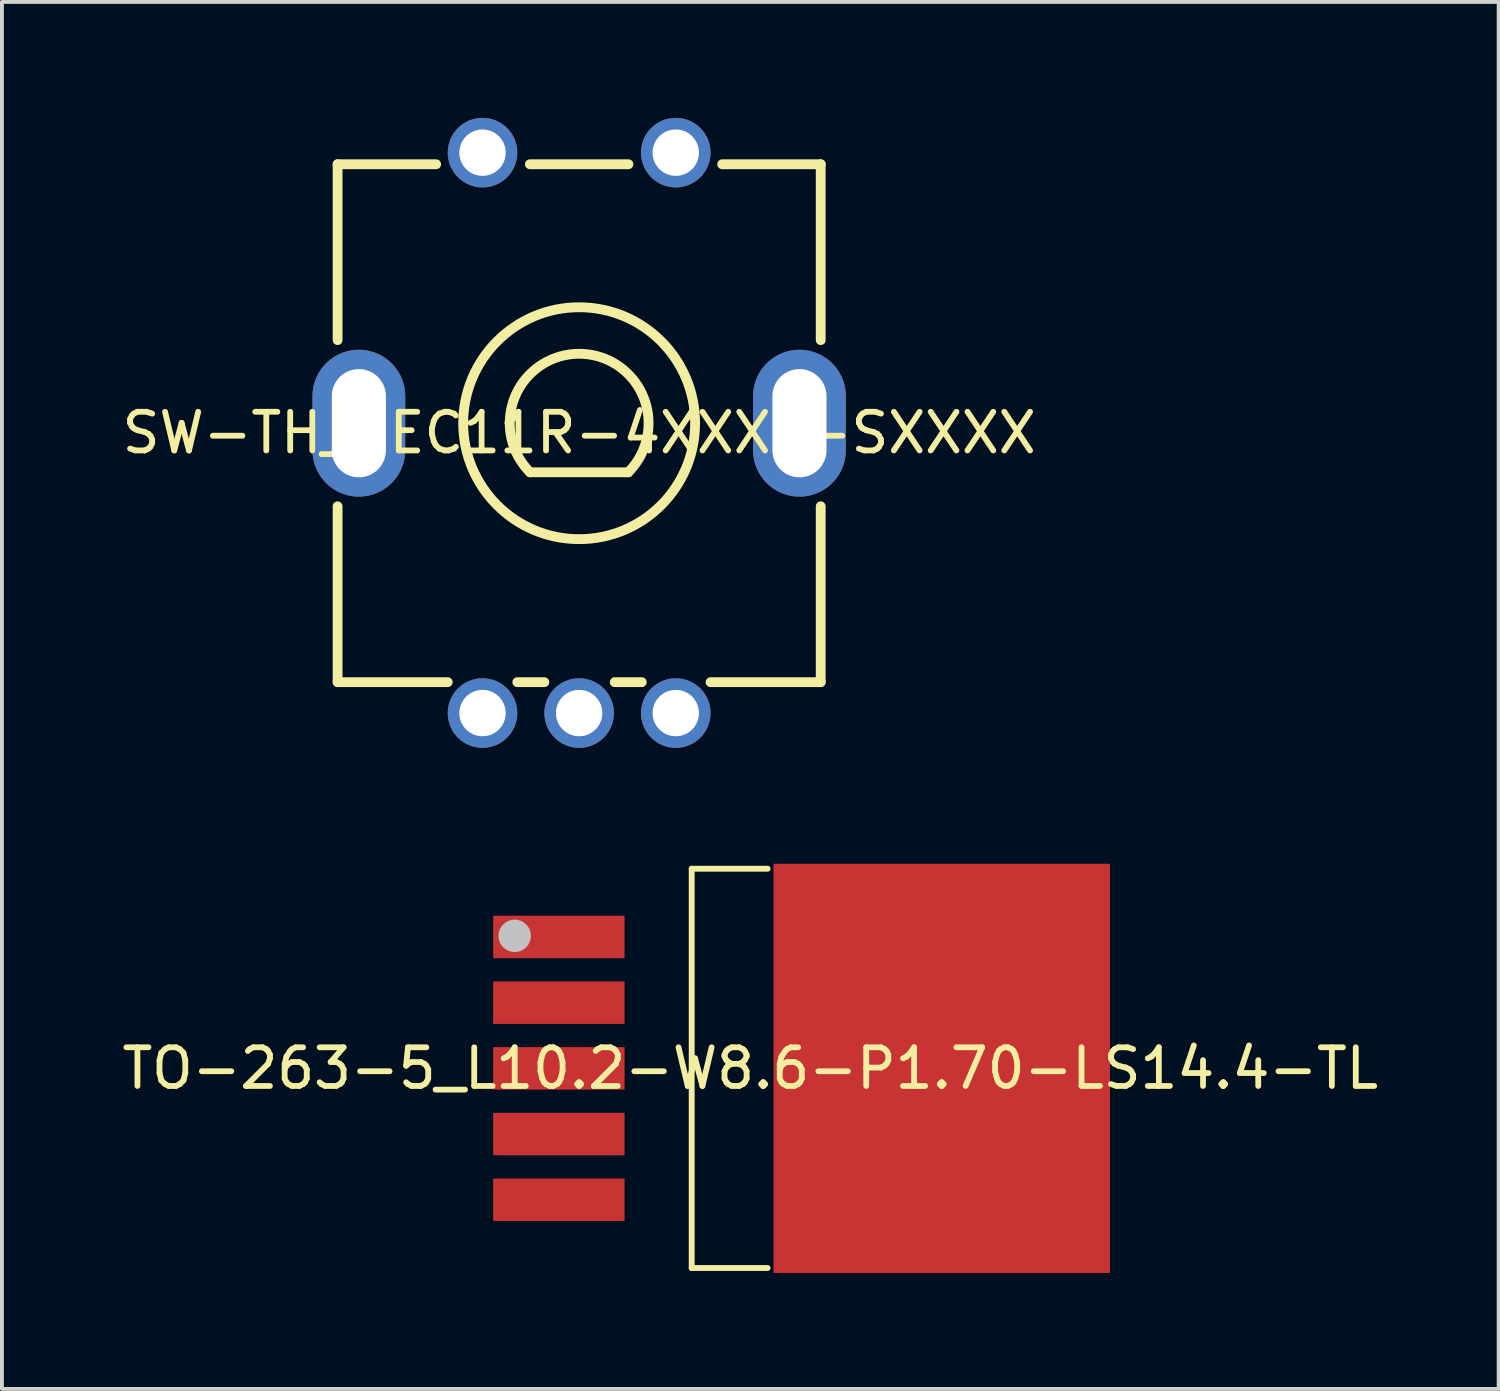
<source format=kicad_pcb>
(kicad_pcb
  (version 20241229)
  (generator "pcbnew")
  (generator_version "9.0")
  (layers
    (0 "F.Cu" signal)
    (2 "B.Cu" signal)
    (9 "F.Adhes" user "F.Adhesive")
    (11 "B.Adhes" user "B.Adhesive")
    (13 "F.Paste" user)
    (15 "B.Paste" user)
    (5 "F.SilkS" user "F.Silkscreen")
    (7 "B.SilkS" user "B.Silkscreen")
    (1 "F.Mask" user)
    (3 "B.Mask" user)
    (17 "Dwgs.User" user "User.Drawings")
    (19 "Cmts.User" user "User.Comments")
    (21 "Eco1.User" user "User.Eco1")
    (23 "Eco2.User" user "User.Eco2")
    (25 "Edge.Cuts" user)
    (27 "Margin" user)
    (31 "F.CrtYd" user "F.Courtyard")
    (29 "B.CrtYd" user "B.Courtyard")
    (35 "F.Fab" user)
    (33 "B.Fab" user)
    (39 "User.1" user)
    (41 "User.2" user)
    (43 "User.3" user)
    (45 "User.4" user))
  (footprint "TO-263-5_L10.2-W8.6-P1.70-LS14.4-TL"
    (layer "F.Cu")
    (at 16.363 24.593)
    (property "Reference" "TO-263-5_L10.2-W8.6-P1.70-LS14.4-TL" (at 0 0 0) (layer "F.SilkS") (effects (font (size 1 1) (thickness 0.15))))
    (fp_line (start -1.516 -5.166) (end -1.516 5.166) (stroke (width 0.152) (type default)) (layer "F.SilkS"))
    (fp_line (start 0.448 -5.166) (end -1.516 -5.166) (stroke (width 0.152) (type default)) (layer "F.SilkS"))
    (fp_line (start 0.448 5.166) (end -1.516 5.166) (stroke (width 0.152) (type default)) (layer "F.SilkS"))
    (fp_circle (center -6.096 -3.429) (end -5.886 -3.429) (stroke (width 0.42) (type default)) (fill no) (layer "Dwgs.User"))
    (fp_poly (pts (xy -6.096 -2.995) (xy -6.096 -3.805) (xy -4.056 -3.805) (xy -4.056 -2.995)) (stroke (width 0.1) (type default)) (fill no) (layer "User.1"))
    (fp_poly (pts (xy -6.096 -1.295) (xy -6.096 -2.105) (xy -4.056 -2.105) (xy -4.056 -1.295)) (stroke (width 0.1) (type default)) (fill no) (layer "User.1"))
    (fp_poly (pts (xy -6.096 0.405) (xy -6.096 -0.405) (xy -4.056 -0.405) (xy -4.056 0.405)) (stroke (width 0.1) (type default)) (fill no) (layer "User.1"))
    (fp_poly (pts (xy -6.096 2.105) (xy -6.096 1.295) (xy -4.056 1.295) (xy -4.056 2.105)) (stroke (width 0.1) (type default)) (fill no) (layer "User.1"))
    (fp_poly (pts (xy -6.096 3.81) (xy -6.096 3) (xy -4.056 3) (xy -4.056 3.81)) (stroke (width 0.1) (type default)) (fill no) (layer "User.1"))
    (fp_poly (pts (xy -4.096 -2.99) (xy -4.096 -3.79) (xy -1.396 -3.79) (xy -1.396 -2.99)) (stroke (width 0.1) (type default)) (fill no) (layer "User.1"))
    (fp_poly (pts (xy -4.096 -1.29) (xy -4.096 -2.09) (xy -1.396 -2.09) (xy -1.396 -1.29)) (stroke (width 0.1) (type default)) (fill no) (layer "User.1"))
    (fp_poly (pts (xy -4.096 0.41) (xy -4.096 -0.39) (xy -1.396 -0.39) (xy -1.396 0.41)) (stroke (width 0.1) (type default)) (fill no) (layer "User.1"))
    (fp_poly (pts (xy -4.096 2.11) (xy -4.096 1.31) (xy -1.396 1.31) (xy -1.396 2.11)) (stroke (width 0.1) (type default)) (fill no) (layer "User.1"))
    (fp_poly (pts (xy -4.096 3.81) (xy -4.096 3.01) (xy -1.396 3.01) (xy -1.396 3.81)) (stroke (width 0.1) (type default)) (fill no) (layer "User.1"))
    (fp_poly (pts (xy 0.601 5.09) (xy 0.601 -5.09) (xy 7.553 -5.09) (xy 8.57 -4.072) (xy 8.57 4.072) (xy 7.553 5.09)) (stroke (width 0.1) (type default)) (fill no) (layer "User.1"))
    (fp_line (start -1.44 -5.09) (end 7.301 -5.09) (stroke (width 0.051) (type default)) (layer "User.2"))
    (fp_line (start -1.44 5.09) (end -1.44 -5.09) (stroke (width 0.051) (type default)) (layer "User.2"))
    (fp_line (start 7.301 -5.09) (end 7.301 5.09) (stroke (width 0.051) (type default)) (layer "User.2"))
    (fp_line (start 7.301 5.09) (end -1.44 5.09) (stroke (width 0.051) (type default)) (layer "User.2"))
    (fp_poly (pts (xy -6.036 -5.09) (xy -6.054 -5.132) (xy -6.096 -5.15) (xy -6.138 -5.132) (xy -6.156 -5.09) (xy -6.138 -5.048) (xy -6.096 -5.03) (xy -6.054 -5.048)) (stroke (width 0.1) (type default)) (fill no) (layer "User.3"))
    (pad "1" smd rect (at -4.953 -3.4) (size 3.4 1.1) (layers "F.Cu" "F.Mask" "F.Paste"))
    (pad "2" smd rect (at -4.953 -1.7) (size 3.4 1.1) (layers "F.Cu" "F.Mask" "F.Paste"))
    (pad "3" smd rect (at -4.953 0) (size 3.4 1.1) (layers "F.Cu" "F.Mask" "F.Paste"))
    (pad "4" smd rect (at -4.953 1.7) (size 3.4 1.1) (layers "F.Cu" "F.Mask" "F.Paste"))
    (pad "5" smd rect (at -4.953 3.4) (size 3.4 1.1) (layers "F.Cu" "F.Mask" "F.Paste"))
    (pad "6" smd rect (at 4.953 0) (size 8.705 10.587) (layers "F.Cu" "F.Mask" "F.Paste")))
  (footprint "SW-TH_PEC11R-4XXXF-SXXXX"
    (layer "F.Cu")
    (at 11.935 8.15)
    (property "Reference" "SW-TH_PEC11R-4XXXF-SXXXX" (at 0 0 0) (layer "F.SilkS") (effects (font (size 1 1) (thickness 0.15))))
    (fp_line (start -6.25 -6.95) (end -3.7 -6.95) (stroke (width 0.254) (type default)) (layer "F.SilkS"))
    (fp_line (start -6.25 -2.4) (end -6.25 -6.95) (stroke (width 0.254) (type default)) (layer "F.SilkS"))
    (fp_line (start -6.25 6.45) (end -6.25 1.9) (stroke (width 0.254) (type default)) (layer "F.SilkS"))
    (fp_line (start -6.25 6.45) (end -3.4 6.45) (stroke (width 0.254) (type default)) (layer "F.SilkS"))
    (fp_line (start -1.6 6.45) (end -0.9 6.45) (stroke (width 0.254) (type default)) (layer "F.SilkS"))
    (fp_line (start -1.275 -6.95) (end 1.275 -6.95) (stroke (width 0.254) (type default)) (layer "F.SilkS"))
    (fp_line (start 0.92 6.45) (end 1.62 6.45) (stroke (width 0.254) (type default)) (layer "F.SilkS"))
    (fp_line (start 1.27 1.02) (end -1.27 1.02) (stroke (width 0.254) (type default)) (layer "F.SilkS"))
    (fp_line (start 3.4 6.45) (end 6.25 6.45) (stroke (width 0.254) (type default)) (layer "F.SilkS"))
    (fp_line (start 3.7 -6.95) (end 6.25 -6.95) (stroke (width 0.254) (type default)) (layer "F.SilkS"))
    (fp_line (start 6.25 -2.4) (end 6.25 -6.95) (stroke (width 0.254) (type default)) (layer "F.SilkS"))
    (fp_line (start 6.25 6.45) (end 6.25 1.9) (stroke (width 0.254) (type default)) (layer "F.SilkS"))
    (fp_arc (start -1.27 1.02) (mid 0 -2.046051) (end 1.27 1.02) (stroke (width 0.254) (type default)) (layer "F.SilkS"))
    (fp_circle (center 0 -0.25) (end 3 -0.25) (stroke (width 0.254) (type default)) (fill no) (layer "F.SilkS"))
    (fp_poly (pts (xy -6.1 -1.5) (xy -5.3 -1.5) (xy -5.3 1) (xy -6.1 1)) (stroke (width 0.1) (type default)) (fill no) (layer "User.1"))
    (fp_poly (pts (xy -2.05 7.3) (xy -2.05 6.51) (xy -2.95 6.51) (xy -2.95 7.3)) (stroke (width 0.1) (type default)) (fill no) (layer "User.1"))
    (fp_poly (pts (xy 0.45 7.3) (xy 0.45 6.51) (xy -0.45 6.51) (xy -0.45 7.3)) (stroke (width 0.1) (type default)) (fill no) (layer "User.1"))
    (fp_poly (pts (xy 2.95 7.3) (xy 2.95 6.51) (xy 2.05 6.51) (xy 2.05 7.3)) (stroke (width 0.1) (type default)) (fill no) (layer "User.1"))
    (fp_poly (pts (xy 5.3 -1.5) (xy 6.1 -1.5) (xy 6.1 1) (xy 5.3 1)) (stroke (width 0.1) (type default)) (fill no) (layer "User.1"))
    (fp_poly (pts (xy -2.05 -7.25) (xy -2.068 -7.377) (xy -2.121 -7.493) (xy -2.205 -7.59) (xy -2.313 -7.659) (xy -2.436 -7.695) (xy -2.564 -7.695) (xy -2.687 -7.659) (xy -2.795 -7.59) (xy -2.879 -7.493) (xy -2.932 -7.377) (xy -2.95 -7.25) (xy -2.932 -7.123) (xy -2.879 -7.007) (xy -2.795 -6.91) (xy -2.687 -6.841) (xy -2.564 -6.805) (xy -2.436 -6.805) (xy -2.313 -6.841) (xy -2.205 -6.91) (xy -2.121 -7.007) (xy -2.068 -7.123)) (stroke (width 0.1) (type default)) (fill no) (layer "User.1"))
    (fp_poly (pts (xy -2.05 7.25) (xy -2.068 7.123) (xy -2.121 7.007) (xy -2.205 6.91) (xy -2.313 6.841) (xy -2.436 6.805) (xy -2.564 6.805) (xy -2.687 6.841) (xy -2.795 6.91) (xy -2.879 7.007) (xy -2.932 7.123) (xy -2.95 7.25) (xy -2.932 7.377) (xy -2.879 7.493) (xy -2.795 7.59) (xy -2.687 7.659) (xy -2.564 7.695) (xy -2.436 7.695) (xy -2.313 7.659) (xy -2.205 7.59) (xy -2.121 7.493) (xy -2.068 7.377)) (stroke (width 0.1) (type default)) (fill no) (layer "User.1"))
    (fp_poly (pts (xy 0.45 7.25) (xy 0.432 7.123) (xy 0.379 7.007) (xy 0.295 6.91) (xy 0.187 6.841) (xy 0.064 6.805) (xy -0.064 6.805) (xy -0.187 6.841) (xy -0.295 6.91) (xy -0.379 7.007) (xy -0.432 7.123) (xy -0.45 7.25) (xy -0.432 7.377) (xy -0.379 7.493) (xy -0.295 7.59) (xy -0.187 7.659) (xy -0.064 7.695) (xy 0.064 7.695) (xy 0.187 7.659) (xy 0.295 7.59) (xy 0.379 7.493) (xy 0.432 7.377)) (stroke (width 0.1) (type default)) (fill no) (layer "User.1"))
    (fp_poly (pts (xy 2.95 -7.25) (xy 2.932 -7.377) (xy 2.879 -7.493) (xy 2.795 -7.59) (xy 2.687 -7.659) (xy 2.564 -7.695) (xy 2.436 -7.695) (xy 2.313 -7.659) (xy 2.205 -7.59) (xy 2.121 -7.493) (xy 2.068 -7.377) (xy 2.05 -7.25) (xy 2.068 -7.123) (xy 2.121 -7.007) (xy 2.205 -6.91) (xy 2.313 -6.841) (xy 2.436 -6.805) (xy 2.564 -6.805) (xy 2.687 -6.841) (xy 2.795 -6.91) (xy 2.879 -7.007) (xy 2.932 -7.123)) (stroke (width 0.1) (type default)) (fill no) (layer "User.1"))
    (fp_poly (pts (xy 2.95 7.25) (xy 2.932 7.123) (xy 2.879 7.007) (xy 2.795 6.91) (xy 2.687 6.841) (xy 2.564 6.805) (xy 2.436 6.805) (xy 2.313 6.841) (xy 2.205 6.91) (xy 2.121 7.007) (xy 2.068 7.123) (xy 2.05 7.25) (xy 2.068 7.377) (xy 2.121 7.493) (xy 2.205 7.59) (xy 2.313 7.659) (xy 2.436 7.695) (xy 2.564 7.695) (xy 2.687 7.659) (xy 2.795 7.59) (xy 2.879 7.493) (xy 2.932 7.377)) (stroke (width 0.1) (type default)) (fill no) (layer "User.1"))
    (fp_line (start -6.25 -6.86) (end 6.25 -6.86) (stroke (width 0.051) (type default)) (layer "User.2"))
    (fp_line (start -6.25 6.54) (end -6.25 -6.86) (stroke (width 0.051) (type default)) (layer "User.2"))
    (fp_line (start 6.25 -6.86) (end 6.25 6.54) (stroke (width 0.051) (type default)) (layer "User.2"))
    (fp_line (start 6.25 6.54) (end -6.25 6.54) (stroke (width 0.051) (type default)) (layer "User.2"))
    (fp_poly (pts (xy -6.19 -7.7) (xy -6.208 -7.742) (xy -6.25 -7.76) (xy -6.292 -7.742) (xy -6.31 -7.7) (xy -6.292 -7.658) (xy -6.25 -7.64) (xy -6.208 -7.658)) (stroke (width 0.1) (type default)) (fill no) (layer "User.3"))
    (pad "1" thru_hole circle (at -2.5 -7.25) (size 1.8 1.8) (drill 1.2) (layers "*.Cu" "*.Mask"))
    (pad "2" thru_hole circle (at 2.5 -7.25) (size 1.8 1.8) (drill 1.2) (layers "*.Cu" "*.Mask"))
    (pad "A" thru_hole circle (at -2.5 7.25) (size 1.8 1.8) (drill 1.2) (layers "*.Cu" "*.Mask"))
    (pad "B" thru_hole circle (at 2.5 7.25) (size 1.8 1.8) (drill 1.2) (layers "*.Cu" "*.Mask"))
    (pad "C" thru_hole circle (at 0 7.25) (size 1.8 1.8) (drill 1.2) (layers "*.Cu" "*.Mask"))
    (pad "MT1" thru_hole oval (at -5.7 -0.25) (size 2.4 3.8) (drill oval 1.4 2.8) (layers "*.Cu" "*.Mask"))
    (pad "MT2" thru_hole oval (at 5.7 -0.25) (size 2.4 3.8) (drill oval 1.4 2.8) (layers "*.Cu" "*.Mask")))
  (gr_rect
    (start -3 -3)
    (end 35.726 32.887)
    (stroke (width 0.1) (type default))
    (fill no)
    (layer "Edge.Cuts")))
</source>
